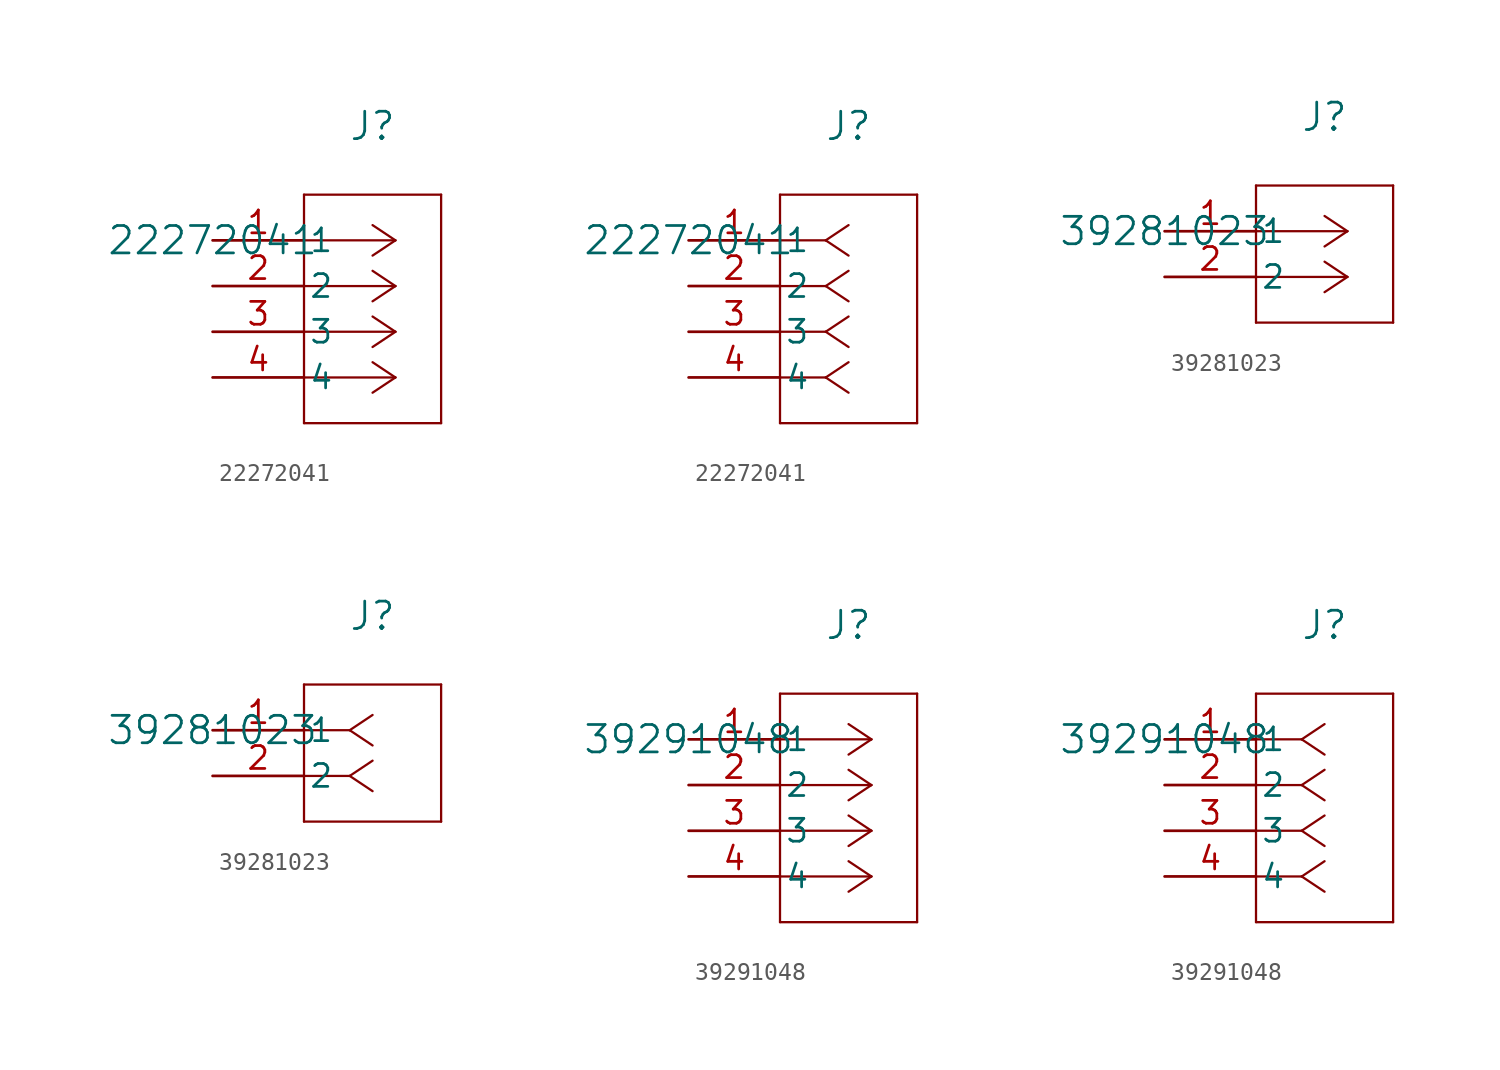
<source format=kicad_sym>
(kicad_symbol_lib
  (version 20241209)
  (generator "kicad_symbol_editor")
  (generator_version "9.0")
  (symbol "22272041"
    (pin_names
      (offset 0.254))
    (property "Reference" "J"
      (at 8.89 6.35 0)
      (effects (font (size 1.524 1.524))))
    (property "Value" "22272041"
      (at 0 0 0)
      (effects (font (size 1.524 1.524))))
    (symbol "22272041_1_1"
      (polyline (pts (xy 5.08 2.54) (xy 5.08 -10.16)) (stroke (width 0.127) (type default)) (fill (type none)))
      (polyline (pts (xy 5.08 -10.16) (xy 12.7 -10.16)) (stroke (width 0.127) (type default)) (fill (type none)))
      (polyline (pts (xy 10.16 0) (xy 5.08 0)) (stroke (width 0.127) (type default)) (fill (type none)))
      (polyline (pts (xy 10.16 0) (xy 8.89 0.847)) (stroke (width 0.127) (type default)) (fill (type none)))
      (polyline (pts (xy 10.16 0) (xy 8.89 -0.847)) (stroke (width 0.127) (type default)) (fill (type none)))
      (polyline (pts (xy 10.16 -2.54) (xy 5.08 -2.54)) (stroke (width 0.127) (type default)) (fill (type none)))
      (polyline (pts (xy 10.16 -2.54) (xy 8.89 -1.693)) (stroke (width 0.127) (type default)) (fill (type none)))
      (polyline (pts (xy 10.16 -2.54) (xy 8.89 -3.387)) (stroke (width 0.127) (type default)) (fill (type none)))
      (polyline (pts (xy 10.16 -5.08) (xy 5.08 -5.08)) (stroke (width 0.127) (type default)) (fill (type none)))
      (polyline (pts (xy 10.16 -5.08) (xy 8.89 -4.233)) (stroke (width 0.127) (type default)) (fill (type none)))
      (polyline (pts (xy 10.16 -5.08) (xy 8.89 -5.927)) (stroke (width 0.127) (type default)) (fill (type none)))
      (polyline (pts (xy 10.16 -7.62) (xy 5.08 -7.62)) (stroke (width 0.127) (type default)) (fill (type none)))
      (polyline (pts (xy 10.16 -7.62) (xy 8.89 -6.773)) (stroke (width 0.127) (type default)) (fill (type none)))
      (polyline (pts (xy 10.16 -7.62) (xy 8.89 -8.467)) (stroke (width 0.127) (type default)) (fill (type none)))
      (polyline (pts (xy 12.7 2.54) (xy 5.08 2.54)) (stroke (width 0.127) (type default)) (fill (type none)))
      (polyline (pts (xy 12.7 -10.16) (xy 12.7 2.54)) (stroke (width 0.127) (type default)) (fill (type none)))
      (pin unspecified line (at 0 0 0) (length 5.08) (name "1" (effects (font (size 1.27 1.27)))) (number "1" (effects (font (size 1.27 1.27)))))
      (pin unspecified line (at 0 -2.54 0) (length 5.08) (name "2" (effects (font (size 1.27 1.27)))) (number "2" (effects (font (size 1.27 1.27)))))
      (pin unspecified line (at 0 -5.08 0) (length 5.08) (name "3" (effects (font (size 1.27 1.27)))) (number "3" (effects (font (size 1.27 1.27)))))
      (pin unspecified line (at 0 -7.62 0) (length 5.08) (name "4" (effects (font (size 1.27 1.27)))) (number "4" (effects (font (size 1.27 1.27))))))
    (symbol "22272041_1_2"
      (polyline (pts (xy 5.08 2.54) (xy 5.08 -10.16)) (stroke (width 0.127) (type default)) (fill (type none)))
      (polyline (pts (xy 5.08 -10.16) (xy 12.7 -10.16)) (stroke (width 0.127) (type default)) (fill (type none)))
      (polyline (pts (xy 7.62 0) (xy 5.08 0)) (stroke (width 0.127) (type default)) (fill (type none)))
      (polyline (pts (xy 7.62 0) (xy 8.89 0.847)) (stroke (width 0.127) (type default)) (fill (type none)))
      (polyline (pts (xy 7.62 0) (xy 8.89 -0.847)) (stroke (width 0.127) (type default)) (fill (type none)))
      (polyline (pts (xy 7.62 -2.54) (xy 5.08 -2.54)) (stroke (width 0.127) (type default)) (fill (type none)))
      (polyline (pts (xy 7.62 -2.54) (xy 8.89 -1.693)) (stroke (width 0.127) (type default)) (fill (type none)))
      (polyline (pts (xy 7.62 -2.54) (xy 8.89 -3.387)) (stroke (width 0.127) (type default)) (fill (type none)))
      (polyline (pts (xy 7.62 -5.08) (xy 5.08 -5.08)) (stroke (width 0.127) (type default)) (fill (type none)))
      (polyline (pts (xy 7.62 -5.08) (xy 8.89 -4.233)) (stroke (width 0.127) (type default)) (fill (type none)))
      (polyline (pts (xy 7.62 -5.08) (xy 8.89 -5.927)) (stroke (width 0.127) (type default)) (fill (type none)))
      (polyline (pts (xy 7.62 -7.62) (xy 5.08 -7.62)) (stroke (width 0.127) (type default)) (fill (type none)))
      (polyline (pts (xy 7.62 -7.62) (xy 8.89 -6.773)) (stroke (width 0.127) (type default)) (fill (type none)))
      (polyline (pts (xy 7.62 -7.62) (xy 8.89 -8.467)) (stroke (width 0.127) (type default)) (fill (type none)))
      (polyline (pts (xy 12.7 2.54) (xy 5.08 2.54)) (stroke (width 0.127) (type default)) (fill (type none)))
      (polyline (pts (xy 12.7 -10.16) (xy 12.7 2.54)) (stroke (width 0.127) (type default)) (fill (type none)))
      (pin unspecified line (at 0 0 0) (length 5.08) (name "1" (effects (font (size 1.27 1.27)))) (number "1" (effects (font (size 1.27 1.27)))))
      (pin unspecified line (at 0 -2.54 0) (length 5.08) (name "2" (effects (font (size 1.27 1.27)))) (number "2" (effects (font (size 1.27 1.27)))))
      (pin unspecified line (at 0 -5.08 0) (length 5.08) (name "3" (effects (font (size 1.27 1.27)))) (number "3" (effects (font (size 1.27 1.27)))))
      (pin unspecified line (at 0 -7.62 0) (length 5.08) (name "4" (effects (font (size 1.27 1.27)))) (number "4" (effects (font (size 1.27 1.27)))))))
  (symbol "39281023"
    (pin_names
      (offset 0.254))
    (property "Reference" "J"
      (at 8.89 6.35 0)
      (effects (font (size 1.524 1.524))))
    (property "Value" "39281023"
      (at 0 0 0)
      (effects (font (size 1.524 1.524))))
    (symbol "39281023_1_1"
      (polyline (pts (xy 5.08 2.54) (xy 5.08 -5.08)) (stroke (width 0.127) (type default)) (fill (type none)))
      (polyline (pts (xy 5.08 -5.08) (xy 12.7 -5.08)) (stroke (width 0.127) (type default)) (fill (type none)))
      (polyline (pts (xy 10.16 0) (xy 5.08 0)) (stroke (width 0.127) (type default)) (fill (type none)))
      (polyline (pts (xy 10.16 0) (xy 8.89 0.847)) (stroke (width 0.127) (type default)) (fill (type none)))
      (polyline (pts (xy 10.16 0) (xy 8.89 -0.847)) (stroke (width 0.127) (type default)) (fill (type none)))
      (polyline (pts (xy 10.16 -2.54) (xy 5.08 -2.54)) (stroke (width 0.127) (type default)) (fill (type none)))
      (polyline (pts (xy 10.16 -2.54) (xy 8.89 -1.693)) (stroke (width 0.127) (type default)) (fill (type none)))
      (polyline (pts (xy 10.16 -2.54) (xy 8.89 -3.387)) (stroke (width 0.127) (type default)) (fill (type none)))
      (polyline (pts (xy 12.7 2.54) (xy 5.08 2.54)) (stroke (width 0.127) (type default)) (fill (type none)))
      (polyline (pts (xy 12.7 -5.08) (xy 12.7 2.54)) (stroke (width 0.127) (type default)) (fill (type none)))
      (pin unspecified line (at 0 0 0) (length 5.08) (name "1" (effects (font (size 1.27 1.27)))) (number "1" (effects (font (size 1.27 1.27)))))
      (pin unspecified line (at 0 -2.54 0) (length 5.08) (name "2" (effects (font (size 1.27 1.27)))) (number "2" (effects (font (size 1.27 1.27))))))
    (symbol "39281023_1_2"
      (polyline (pts (xy 5.08 2.54) (xy 5.08 -5.08)) (stroke (width 0.127) (type default)) (fill (type none)))
      (polyline (pts (xy 5.08 -5.08) (xy 12.7 -5.08)) (stroke (width 0.127) (type default)) (fill (type none)))
      (polyline (pts (xy 7.62 0) (xy 5.08 0)) (stroke (width 0.127) (type default)) (fill (type none)))
      (polyline (pts (xy 7.62 0) (xy 8.89 0.847)) (stroke (width 0.127) (type default)) (fill (type none)))
      (polyline (pts (xy 7.62 0) (xy 8.89 -0.847)) (stroke (width 0.127) (type default)) (fill (type none)))
      (polyline (pts (xy 7.62 -2.54) (xy 5.08 -2.54)) (stroke (width 0.127) (type default)) (fill (type none)))
      (polyline (pts (xy 7.62 -2.54) (xy 8.89 -1.693)) (stroke (width 0.127) (type default)) (fill (type none)))
      (polyline (pts (xy 7.62 -2.54) (xy 8.89 -3.387)) (stroke (width 0.127) (type default)) (fill (type none)))
      (polyline (pts (xy 12.7 2.54) (xy 5.08 2.54)) (stroke (width 0.127) (type default)) (fill (type none)))
      (polyline (pts (xy 12.7 -5.08) (xy 12.7 2.54)) (stroke (width 0.127) (type default)) (fill (type none)))
      (pin unspecified line (at 0 0 0) (length 5.08) (name "1" (effects (font (size 1.27 1.27)))) (number "1" (effects (font (size 1.27 1.27)))))
      (pin unspecified line (at 0 -2.54 0) (length 5.08) (name "2" (effects (font (size 1.27 1.27)))) (number "2" (effects (font (size 1.27 1.27)))))))
  (symbol "39291048"
    (pin_names
      (offset 0.254))
    (property "Reference" "J"
      (at 8.89 6.35 0)
      (effects (font (size 1.524 1.524))))
    (property "Value" "39291048"
      (at 0 0 0)
      (effects (font (size 1.524 1.524))))
    (symbol "39291048_1_1"
      (polyline (pts (xy 5.08 2.54) (xy 5.08 -10.16)) (stroke (width 0.127) (type default)) (fill (type none)))
      (polyline (pts (xy 5.08 -10.16) (xy 12.7 -10.16)) (stroke (width 0.127) (type default)) (fill (type none)))
      (polyline (pts (xy 10.16 0) (xy 5.08 0)) (stroke (width 0.127) (type default)) (fill (type none)))
      (polyline (pts (xy 10.16 0) (xy 8.89 0.847)) (stroke (width 0.127) (type default)) (fill (type none)))
      (polyline (pts (xy 10.16 0) (xy 8.89 -0.847)) (stroke (width 0.127) (type default)) (fill (type none)))
      (polyline (pts (xy 10.16 -2.54) (xy 5.08 -2.54)) (stroke (width 0.127) (type default)) (fill (type none)))
      (polyline (pts (xy 10.16 -2.54) (xy 8.89 -1.693)) (stroke (width 0.127) (type default)) (fill (type none)))
      (polyline (pts (xy 10.16 -2.54) (xy 8.89 -3.387)) (stroke (width 0.127) (type default)) (fill (type none)))
      (polyline (pts (xy 10.16 -5.08) (xy 5.08 -5.08)) (stroke (width 0.127) (type default)) (fill (type none)))
      (polyline (pts (xy 10.16 -5.08) (xy 8.89 -4.233)) (stroke (width 0.127) (type default)) (fill (type none)))
      (polyline (pts (xy 10.16 -5.08) (xy 8.89 -5.927)) (stroke (width 0.127) (type default)) (fill (type none)))
      (polyline (pts (xy 10.16 -7.62) (xy 5.08 -7.62)) (stroke (width 0.127) (type default)) (fill (type none)))
      (polyline (pts (xy 10.16 -7.62) (xy 8.89 -6.773)) (stroke (width 0.127) (type default)) (fill (type none)))
      (polyline (pts (xy 10.16 -7.62) (xy 8.89 -8.467)) (stroke (width 0.127) (type default)) (fill (type none)))
      (polyline (pts (xy 12.7 2.54) (xy 5.08 2.54)) (stroke (width 0.127) (type default)) (fill (type none)))
      (polyline (pts (xy 12.7 -10.16) (xy 12.7 2.54)) (stroke (width 0.127) (type default)) (fill (type none)))
      (pin unspecified line (at 0 0 0) (length 5.08) (name "1" (effects (font (size 1.27 1.27)))) (number "1" (effects (font (size 1.27 1.27)))))
      (pin unspecified line (at 0 -2.54 0) (length 5.08) (name "2" (effects (font (size 1.27 1.27)))) (number "2" (effects (font (size 1.27 1.27)))))
      (pin unspecified line (at 0 -5.08 0) (length 5.08) (name "3" (effects (font (size 1.27 1.27)))) (number "3" (effects (font (size 1.27 1.27)))))
      (pin unspecified line (at 0 -7.62 0) (length 5.08) (name "4" (effects (font (size 1.27 1.27)))) (number "4" (effects (font (size 1.27 1.27))))))
    (symbol "39291048_1_2"
      (polyline (pts (xy 5.08 2.54) (xy 5.08 -10.16)) (stroke (width 0.127) (type default)) (fill (type none)))
      (polyline (pts (xy 5.08 -10.16) (xy 12.7 -10.16)) (stroke (width 0.127) (type default)) (fill (type none)))
      (polyline (pts (xy 7.62 0) (xy 5.08 0)) (stroke (width 0.127) (type default)) (fill (type none)))
      (polyline (pts (xy 7.62 0) (xy 8.89 0.847)) (stroke (width 0.127) (type default)) (fill (type none)))
      (polyline (pts (xy 7.62 0) (xy 8.89 -0.847)) (stroke (width 0.127) (type default)) (fill (type none)))
      (polyline (pts (xy 7.62 -2.54) (xy 5.08 -2.54)) (stroke (width 0.127) (type default)) (fill (type none)))
      (polyline (pts (xy 7.62 -2.54) (xy 8.89 -1.693)) (stroke (width 0.127) (type default)) (fill (type none)))
      (polyline (pts (xy 7.62 -2.54) (xy 8.89 -3.387)) (stroke (width 0.127) (type default)) (fill (type none)))
      (polyline (pts (xy 7.62 -5.08) (xy 5.08 -5.08)) (stroke (width 0.127) (type default)) (fill (type none)))
      (polyline (pts (xy 7.62 -5.08) (xy 8.89 -4.233)) (stroke (width 0.127) (type default)) (fill (type none)))
      (polyline (pts (xy 7.62 -5.08) (xy 8.89 -5.927)) (stroke (width 0.127) (type default)) (fill (type none)))
      (polyline (pts (xy 7.62 -7.62) (xy 5.08 -7.62)) (stroke (width 0.127) (type default)) (fill (type none)))
      (polyline (pts (xy 7.62 -7.62) (xy 8.89 -6.773)) (stroke (width 0.127) (type default)) (fill (type none)))
      (polyline (pts (xy 7.62 -7.62) (xy 8.89 -8.467)) (stroke (width 0.127) (type default)) (fill (type none)))
      (polyline (pts (xy 12.7 2.54) (xy 5.08 2.54)) (stroke (width 0.127) (type default)) (fill (type none)))
      (polyline (pts (xy 12.7 -10.16) (xy 12.7 2.54)) (stroke (width 0.127) (type default)) (fill (type none)))
      (pin unspecified line (at 0 0 0) (length 5.08) (name "1" (effects (font (size 1.27 1.27)))) (number "1" (effects (font (size 1.27 1.27)))))
      (pin unspecified line (at 0 -2.54 0) (length 5.08) (name "2" (effects (font (size 1.27 1.27)))) (number "2" (effects (font (size 1.27 1.27)))))
      (pin unspecified line (at 0 -5.08 0) (length 5.08) (name "3" (effects (font (size 1.27 1.27)))) (number "3" (effects (font (size 1.27 1.27)))))
      (pin unspecified line (at 0 -7.62 0) (length 5.08) (name "4" (effects (font (size 1.27 1.27)))) (number "4" (effects (font (size 1.27 1.27))))))))
</source>
